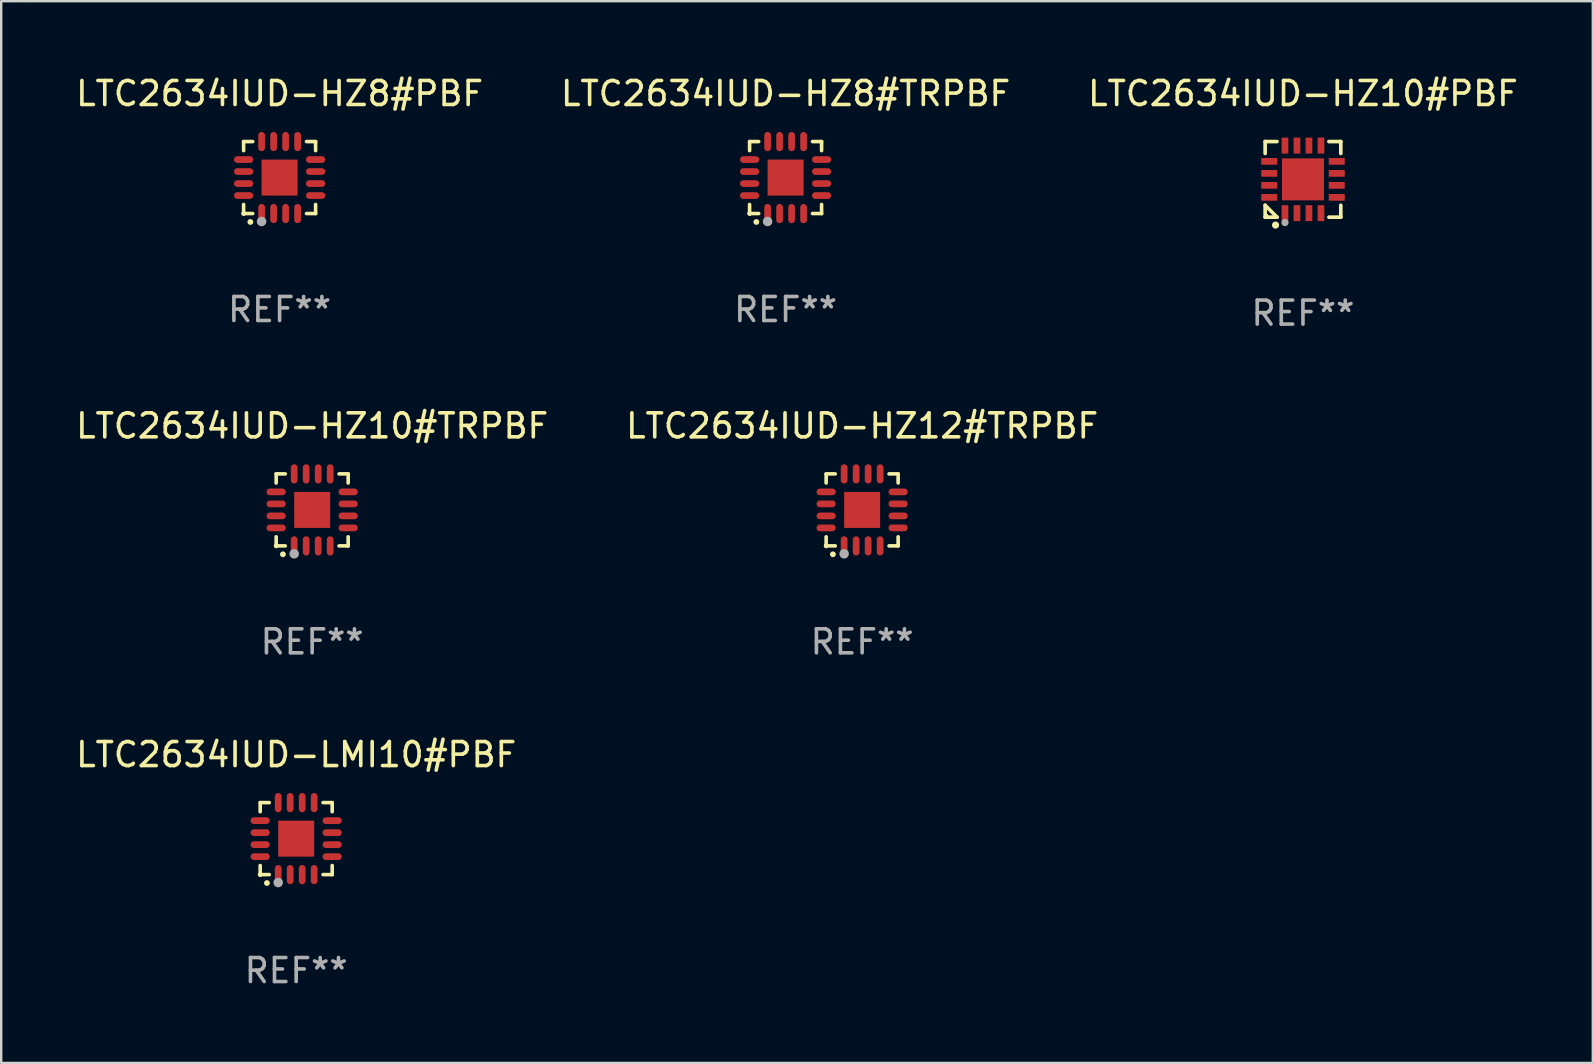
<source format=kicad_pcb>
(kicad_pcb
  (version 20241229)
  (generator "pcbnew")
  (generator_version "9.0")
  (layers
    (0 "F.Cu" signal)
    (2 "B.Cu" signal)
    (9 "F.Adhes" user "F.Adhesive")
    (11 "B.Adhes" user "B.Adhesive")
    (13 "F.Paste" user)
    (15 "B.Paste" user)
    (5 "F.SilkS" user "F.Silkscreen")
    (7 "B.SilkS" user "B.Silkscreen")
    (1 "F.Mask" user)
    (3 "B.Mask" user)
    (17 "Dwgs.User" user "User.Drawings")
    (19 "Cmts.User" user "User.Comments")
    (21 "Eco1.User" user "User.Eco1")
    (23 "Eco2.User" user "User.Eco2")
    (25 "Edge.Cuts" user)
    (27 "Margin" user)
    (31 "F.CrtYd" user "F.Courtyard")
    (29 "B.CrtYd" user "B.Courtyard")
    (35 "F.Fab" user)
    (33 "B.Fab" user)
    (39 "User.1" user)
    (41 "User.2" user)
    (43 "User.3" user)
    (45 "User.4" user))
  (footprint "LTC2634IUD-HZ12#TRPBF"
    (layer "F.Cu")
    (at 32.875 18.197)
    (property "Reference" "LTC2634IUD-HZ12#TRPBF" (at 0 -3.5 0) (layer "F.SilkS") (effects (font (size 1 1) (thickness 0.15))))
    (attr through_hole)
    (fp_line (start -1.5 -1.5) (end -1.121 -1.5) (stroke (width 0.15) (type solid)) (layer "F.SilkS"))
    (fp_line (start -1.5 -1.122) (end -1.5 -1.5) (stroke (width 0.15) (type solid)) (layer "F.SilkS"))
    (fp_line (start -1.5 1.5) (end -1.5 1.121) (stroke (width 0.15) (type solid)) (layer "F.SilkS"))
    (fp_line (start -1.121 1.5) (end -1.5 1.5) (stroke (width 0.15) (type solid)) (layer "F.SilkS"))
    (fp_line (start 1.121 -1.5) (end 1.5 -1.5) (stroke (width 0.15) (type solid)) (layer "F.SilkS"))
    (fp_line (start 1.5 -1.5) (end 1.5 -1.122) (stroke (width 0.15) (type solid)) (layer "F.SilkS"))
    (fp_line (start 1.5 1.121) (end 1.5 1.5) (stroke (width 0.15) (type solid)) (layer "F.SilkS"))
    (fp_line (start 1.5 1.5) (end 1.121 1.5) (stroke (width 0.15) (type solid)) (layer "F.SilkS"))
    (fp_arc (start -1.219926 1.850254) (mid -1.21891 1.85025) (end -1.217894 1.850254) (stroke (width 0.240005) (type solid)) (layer "F.SilkS"))
    (fp_circle (center -1.5 1.5) (end -1.45 1.5) (stroke (width 0.1) (type solid)) (fill no) (layer "F.SilkS"))
    (fp_circle (center -0.75 1.83) (end -0.65 1.83) (stroke (width 0.2) (type solid)) (fill no) (layer "F.Fab"))
    (fp_text user "REF**" (at 0 5.5 0) (layer "F.Fab") (effects (font (size 1 1) (thickness 0.15))))
    (pad "1" smd oval (at -0.75 1.5) (size 0.28 0.8) (layers "F.Cu" "F.Mask" "F.Paste"))
    (pad "2" smd oval (at -0.25 1.5) (size 0.28 0.8) (layers "F.Cu" "F.Mask" "F.Paste"))
    (pad "3" smd oval (at 0.25 1.5) (size 0.28 0.8) (layers "F.Cu" "F.Mask" "F.Paste"))
    (pad "4" smd oval (at 0.75 1.5) (size 0.28 0.8) (layers "F.Cu" "F.Mask" "F.Paste"))
    (pad "5" smd oval (at 1.5 0.75) (size 0.8 0.28) (layers "F.Cu" "F.Mask" "F.Paste"))
    (pad "6" smd oval (at 1.5 0.25) (size 0.8 0.28) (layers "F.Cu" "F.Mask" "F.Paste"))
    (pad "7" smd oval (at 1.5 -0.25) (size 0.8 0.28) (layers "F.Cu" "F.Mask" "F.Paste"))
    (pad "8" smd oval (at 1.5 -0.75) (size 0.8 0.28) (layers "F.Cu" "F.Mask" "F.Paste"))
    (pad "9" smd oval (at 0.75 -1.5) (size 0.28 0.8) (layers "F.Cu" "F.Mask" "F.Paste"))
    (pad "10" smd oval (at 0.25 -1.5) (size 0.28 0.8) (layers "F.Cu" "F.Mask" "F.Paste"))
    (pad "11" smd oval (at -0.25 -1.5) (size 0.28 0.8) (layers "F.Cu" "F.Mask" "F.Paste"))
    (pad "12" smd oval (at -0.75 -1.5) (size 0.28 0.8) (layers "F.Cu" "F.Mask" "F.Paste"))
    (pad "13" smd oval (at -1.5 -0.75) (size 0.8 0.28) (layers "F.Cu" "F.Mask" "F.Paste"))
    (pad "14" smd oval (at -1.5 -0.25) (size 0.8 0.28) (layers "F.Cu" "F.Mask" "F.Paste"))
    (pad "15" smd oval (at -1.5 0.25) (size 0.8 0.28) (layers "F.Cu" "F.Mask" "F.Paste"))
    (pad "16" smd oval (at -1.5 0.75) (size 0.8 0.28) (layers "F.Cu" "F.Mask" "F.Paste"))
    (pad "17" smd rect (at -0.000064 0.000165) (size 1.5 1.5) (layers "F.Cu" "F.Mask" "F.Paste")))
  (footprint "LTC2634IUD-HZ8#PBF"
    (layer "F.Cu")
    (at 8.601 4.349)
    (property "Reference" "LTC2634IUD-HZ8#PBF" (at 0 -3.5 0) (layer "F.SilkS") (effects (font (size 1 1) (thickness 0.15))))
    (attr through_hole)
    (fp_line (start -1.5 -1.5) (end -1.121 -1.5) (stroke (width 0.15) (type solid)) (layer "F.SilkS"))
    (fp_line (start -1.5 -1.122) (end -1.5 -1.5) (stroke (width 0.15) (type solid)) (layer "F.SilkS"))
    (fp_line (start -1.5 1.5) (end -1.5 1.121) (stroke (width 0.15) (type solid)) (layer "F.SilkS"))
    (fp_line (start -1.121 1.5) (end -1.5 1.5) (stroke (width 0.15) (type solid)) (layer "F.SilkS"))
    (fp_line (start 1.121 -1.5) (end 1.5 -1.5) (stroke (width 0.15) (type solid)) (layer "F.SilkS"))
    (fp_line (start 1.5 -1.5) (end 1.5 -1.122) (stroke (width 0.15) (type solid)) (layer "F.SilkS"))
    (fp_line (start 1.5 1.121) (end 1.5 1.5) (stroke (width 0.15) (type solid)) (layer "F.SilkS"))
    (fp_line (start 1.5 1.5) (end 1.121 1.5) (stroke (width 0.15) (type solid)) (layer "F.SilkS"))
    (fp_arc (start -1.219926 1.850254) (mid -1.21891 1.85025) (end -1.217894 1.850254) (stroke (width 0.240005) (type solid)) (layer "F.SilkS"))
    (fp_circle (center -1.5 1.5) (end -1.45 1.5) (stroke (width 0.1) (type solid)) (fill no) (layer "F.SilkS"))
    (fp_circle (center -0.75 1.83) (end -0.65 1.83) (stroke (width 0.2) (type solid)) (fill no) (layer "F.Fab"))
    (fp_text user "REF**" (at 0 5.5 0) (layer "F.Fab") (effects (font (size 1 1) (thickness 0.15))))
    (pad "1" smd oval (at -0.75 1.5) (size 0.28 0.8) (layers "F.Cu" "F.Mask" "F.Paste"))
    (pad "2" smd oval (at -0.25 1.5) (size 0.28 0.8) (layers "F.Cu" "F.Mask" "F.Paste"))
    (pad "3" smd oval (at 0.25 1.5) (size 0.28 0.8) (layers "F.Cu" "F.Mask" "F.Paste"))
    (pad "4" smd oval (at 0.75 1.5) (size 0.28 0.8) (layers "F.Cu" "F.Mask" "F.Paste"))
    (pad "5" smd oval (at 1.5 0.75) (size 0.8 0.28) (layers "F.Cu" "F.Mask" "F.Paste"))
    (pad "6" smd oval (at 1.5 0.25) (size 0.8 0.28) (layers "F.Cu" "F.Mask" "F.Paste"))
    (pad "7" smd oval (at 1.5 -0.25) (size 0.8 0.28) (layers "F.Cu" "F.Mask" "F.Paste"))
    (pad "8" smd oval (at 1.5 -0.75) (size 0.8 0.28) (layers "F.Cu" "F.Mask" "F.Paste"))
    (pad "9" smd oval (at 0.75 -1.5) (size 0.28 0.8) (layers "F.Cu" "F.Mask" "F.Paste"))
    (pad "10" smd oval (at 0.25 -1.5) (size 0.28 0.8) (layers "F.Cu" "F.Mask" "F.Paste"))
    (pad "11" smd oval (at -0.25 -1.5) (size 0.28 0.8) (layers "F.Cu" "F.Mask" "F.Paste"))
    (pad "12" smd oval (at -0.75 -1.5) (size 0.28 0.8) (layers "F.Cu" "F.Mask" "F.Paste"))
    (pad "13" smd oval (at -1.5 -0.75) (size 0.8 0.28) (layers "F.Cu" "F.Mask" "F.Paste"))
    (pad "14" smd oval (at -1.5 -0.25) (size 0.8 0.28) (layers "F.Cu" "F.Mask" "F.Paste"))
    (pad "15" smd oval (at -1.5 0.25) (size 0.8 0.28) (layers "F.Cu" "F.Mask" "F.Paste"))
    (pad "16" smd oval (at -1.5 0.75) (size 0.8 0.28) (layers "F.Cu" "F.Mask" "F.Paste"))
    (pad "17" smd rect (at -0.000064 0.000165) (size 1.5 1.5) (layers "F.Cu" "F.Mask" "F.Paste")))
  (footprint "LTC2634IUD-HZ10#TRPBF"
    (layer "F.Cu")
    (at 9.958 18.197)
    (property "Reference" "LTC2634IUD-HZ10#TRPBF" (at 0 -3.5 0) (layer "F.SilkS") (effects (font (size 1 1) (thickness 0.15))))
    (attr through_hole)
    (fp_line (start -1.5 -1.5) (end -1.121 -1.5) (stroke (width 0.15) (type solid)) (layer "F.SilkS"))
    (fp_line (start -1.5 -1.122) (end -1.5 -1.5) (stroke (width 0.15) (type solid)) (layer "F.SilkS"))
    (fp_line (start -1.5 1.5) (end -1.5 1.121) (stroke (width 0.15) (type solid)) (layer "F.SilkS"))
    (fp_line (start -1.121 1.5) (end -1.5 1.5) (stroke (width 0.15) (type solid)) (layer "F.SilkS"))
    (fp_line (start 1.121 -1.5) (end 1.5 -1.5) (stroke (width 0.15) (type solid)) (layer "F.SilkS"))
    (fp_line (start 1.5 -1.5) (end 1.5 -1.122) (stroke (width 0.15) (type solid)) (layer "F.SilkS"))
    (fp_line (start 1.5 1.121) (end 1.5 1.5) (stroke (width 0.15) (type solid)) (layer "F.SilkS"))
    (fp_line (start 1.5 1.5) (end 1.121 1.5) (stroke (width 0.15) (type solid)) (layer "F.SilkS"))
    (fp_arc (start -1.219926 1.850254) (mid -1.21891 1.85025) (end -1.217894 1.850254) (stroke (width 0.240005) (type solid)) (layer "F.SilkS"))
    (fp_circle (center -1.5 1.5) (end -1.45 1.5) (stroke (width 0.1) (type solid)) (fill no) (layer "F.SilkS"))
    (fp_circle (center -0.75 1.83) (end -0.65 1.83) (stroke (width 0.2) (type solid)) (fill no) (layer "F.Fab"))
    (fp_text user "REF**" (at 0 5.5 0) (layer "F.Fab") (effects (font (size 1 1) (thickness 0.15))))
    (pad "1" smd oval (at -0.75 1.5) (size 0.28 0.8) (layers "F.Cu" "F.Mask" "F.Paste"))
    (pad "2" smd oval (at -0.25 1.5) (size 0.28 0.8) (layers "F.Cu" "F.Mask" "F.Paste"))
    (pad "3" smd oval (at 0.25 1.5) (size 0.28 0.8) (layers "F.Cu" "F.Mask" "F.Paste"))
    (pad "4" smd oval (at 0.75 1.5) (size 0.28 0.8) (layers "F.Cu" "F.Mask" "F.Paste"))
    (pad "5" smd oval (at 1.5 0.75) (size 0.8 0.28) (layers "F.Cu" "F.Mask" "F.Paste"))
    (pad "6" smd oval (at 1.5 0.25) (size 0.8 0.28) (layers "F.Cu" "F.Mask" "F.Paste"))
    (pad "7" smd oval (at 1.5 -0.25) (size 0.8 0.28) (layers "F.Cu" "F.Mask" "F.Paste"))
    (pad "8" smd oval (at 1.5 -0.75) (size 0.8 0.28) (layers "F.Cu" "F.Mask" "F.Paste"))
    (pad "9" smd oval (at 0.75 -1.5) (size 0.28 0.8) (layers "F.Cu" "F.Mask" "F.Paste"))
    (pad "10" smd oval (at 0.25 -1.5) (size 0.28 0.8) (layers "F.Cu" "F.Mask" "F.Paste"))
    (pad "11" smd oval (at -0.25 -1.5) (size 0.28 0.8) (layers "F.Cu" "F.Mask" "F.Paste"))
    (pad "12" smd oval (at -0.75 -1.5) (size 0.28 0.8) (layers "F.Cu" "F.Mask" "F.Paste"))
    (pad "13" smd oval (at -1.5 -0.75) (size 0.8 0.28) (layers "F.Cu" "F.Mask" "F.Paste"))
    (pad "14" smd oval (at -1.5 -0.25) (size 0.8 0.28) (layers "F.Cu" "F.Mask" "F.Paste"))
    (pad "15" smd oval (at -1.5 0.25) (size 0.8 0.28) (layers "F.Cu" "F.Mask" "F.Paste"))
    (pad "16" smd oval (at -1.5 0.75) (size 0.8 0.28) (layers "F.Cu" "F.Mask" "F.Paste"))
    (pad "17" smd rect (at -0.000064 0.000165) (size 1.5 1.5) (layers "F.Cu" "F.Mask" "F.Paste")))
  (footprint "LTC2634IUD-HZ8#TRPBF"
    (layer "F.Cu")
    (at 29.685 4.349)
    (property "Reference" "LTC2634IUD-HZ8#TRPBF" (at 0 -3.5 0) (layer "F.SilkS") (effects (font (size 1 1) (thickness 0.15))))
    (attr through_hole)
    (fp_line (start -1.5 -1.5) (end -1.121 -1.5) (stroke (width 0.15) (type solid)) (layer "F.SilkS"))
    (fp_line (start -1.5 -1.122) (end -1.5 -1.5) (stroke (width 0.15) (type solid)) (layer "F.SilkS"))
    (fp_line (start -1.5 1.5) (end -1.5 1.121) (stroke (width 0.15) (type solid)) (layer "F.SilkS"))
    (fp_line (start -1.121 1.5) (end -1.5 1.5) (stroke (width 0.15) (type solid)) (layer "F.SilkS"))
    (fp_line (start 1.121 -1.5) (end 1.5 -1.5) (stroke (width 0.15) (type solid)) (layer "F.SilkS"))
    (fp_line (start 1.5 -1.5) (end 1.5 -1.122) (stroke (width 0.15) (type solid)) (layer "F.SilkS"))
    (fp_line (start 1.5 1.121) (end 1.5 1.5) (stroke (width 0.15) (type solid)) (layer "F.SilkS"))
    (fp_line (start 1.5 1.5) (end 1.121 1.5) (stroke (width 0.15) (type solid)) (layer "F.SilkS"))
    (fp_arc (start -1.219926 1.850254) (mid -1.21891 1.85025) (end -1.217894 1.850254) (stroke (width 0.240005) (type solid)) (layer "F.SilkS"))
    (fp_circle (center -1.5 1.5) (end -1.45 1.5) (stroke (width 0.1) (type solid)) (fill no) (layer "F.SilkS"))
    (fp_circle (center -0.75 1.83) (end -0.65 1.83) (stroke (width 0.2) (type solid)) (fill no) (layer "F.Fab"))
    (fp_text user "REF**" (at 0 5.5 0) (layer "F.Fab") (effects (font (size 1 1) (thickness 0.15))))
    (pad "1" smd oval (at -0.75 1.5) (size 0.28 0.8) (layers "F.Cu" "F.Mask" "F.Paste"))
    (pad "2" smd oval (at -0.25 1.5) (size 0.28 0.8) (layers "F.Cu" "F.Mask" "F.Paste"))
    (pad "3" smd oval (at 0.25 1.5) (size 0.28 0.8) (layers "F.Cu" "F.Mask" "F.Paste"))
    (pad "4" smd oval (at 0.75 1.5) (size 0.28 0.8) (layers "F.Cu" "F.Mask" "F.Paste"))
    (pad "5" smd oval (at 1.5 0.75) (size 0.8 0.28) (layers "F.Cu" "F.Mask" "F.Paste"))
    (pad "6" smd oval (at 1.5 0.25) (size 0.8 0.28) (layers "F.Cu" "F.Mask" "F.Paste"))
    (pad "7" smd oval (at 1.5 -0.25) (size 0.8 0.28) (layers "F.Cu" "F.Mask" "F.Paste"))
    (pad "8" smd oval (at 1.5 -0.75) (size 0.8 0.28) (layers "F.Cu" "F.Mask" "F.Paste"))
    (pad "9" smd oval (at 0.75 -1.5) (size 0.28 0.8) (layers "F.Cu" "F.Mask" "F.Paste"))
    (pad "10" smd oval (at 0.25 -1.5) (size 0.28 0.8) (layers "F.Cu" "F.Mask" "F.Paste"))
    (pad "11" smd oval (at -0.25 -1.5) (size 0.28 0.8) (layers "F.Cu" "F.Mask" "F.Paste"))
    (pad "12" smd oval (at -0.75 -1.5) (size 0.28 0.8) (layers "F.Cu" "F.Mask" "F.Paste"))
    (pad "13" smd oval (at -1.5 -0.75) (size 0.8 0.28) (layers "F.Cu" "F.Mask" "F.Paste"))
    (pad "14" smd oval (at -1.5 -0.25) (size 0.8 0.28) (layers "F.Cu" "F.Mask" "F.Paste"))
    (pad "15" smd oval (at -1.5 0.25) (size 0.8 0.28) (layers "F.Cu" "F.Mask" "F.Paste"))
    (pad "16" smd oval (at -1.5 0.75) (size 0.8 0.28) (layers "F.Cu" "F.Mask" "F.Paste"))
    (pad "17" smd rect (at -0.000064 0.000165) (size 1.5 1.5) (layers "F.Cu" "F.Mask" "F.Paste")))
  (footprint "LTC2634IUD-HZ10#PBF"
    (layer "F.Cu")
    (at 51.244 4.424)
    (property "Reference" "LTC2634IUD-HZ10#PBF" (at 0 -3.576 0) (layer "F.SilkS") (effects (font (size 1 1) (thickness 0.15))))
    (attr through_hole)
    (fp_line (start -1.576 -1.576) (end -1.08 -1.576) (stroke (width 0.152) (type solid)) (layer "F.SilkS"))
    (fp_line (start -1.576 -1.08) (end -1.576 -1.576) (stroke (width 0.152) (type solid)) (layer "F.SilkS"))
    (fp_line (start -1.576 1.08) (end -1.576 1.576) (stroke (width 0.152) (type solid)) (layer "F.SilkS"))
    (fp_line (start -1.576 1.576) (end -1.08 1.576) (stroke (width 0.152) (type solid)) (layer "F.SilkS"))
    (fp_line (start -1.08 1.576) (end -1.576 1.08) (stroke (width 0.152) (type solid)) (layer "F.SilkS"))
    (fp_line (start 1.576 -1.576) (end 1.08 -1.576) (stroke (width 0.152) (type solid)) (layer "F.SilkS"))
    (fp_line (start 1.576 -1.08) (end 1.576 -1.576) (stroke (width 0.152) (type solid)) (layer "F.SilkS"))
    (fp_line (start 1.576 1.08) (end 1.576 1.576) (stroke (width 0.152) (type solid)) (layer "F.SilkS"))
    (fp_line (start 1.576 1.576) (end 1.08 1.576) (stroke (width 0.152) (type solid)) (layer "F.SilkS"))
    (fp_circle (center -1.5 1.5) (end -1.47 1.5) (stroke (width 0.06) (type solid)) (fill no) (layer "F.SilkS"))
    (fp_circle (center -1.143 1.905) (end -1.068 1.905) (stroke (width 0.15) (type solid)) (fill no) (layer "F.SilkS"))
    (fp_circle (center -0.75 1.8) (end -0.675 1.8) (stroke (width 0.15) (type solid)) (fill no) (layer "F.Fab"))
    (fp_text user "REF**" (at 0 5.576 0) (layer "F.Fab") (effects (font (size 1 1) (thickness 0.15))))
    (pad "1" smd rect (at -0.75 1.407) (size 0.28 0.665) (layers "F.Cu" "F.Mask" "F.Paste"))
    (pad "2" smd rect (at -0.25 1.407) (size 0.28 0.665) (layers "F.Cu" "F.Mask" "F.Paste"))
    (pad "3" smd rect (at 0.25 1.407) (size 0.28 0.665) (layers "F.Cu" "F.Mask" "F.Paste"))
    (pad "4" smd rect (at 0.75 1.407) (size 0.28 0.665) (layers "F.Cu" "F.Mask" "F.Paste"))
    (pad "5" smd rect (at 1.407 0.75) (size 0.665 0.28) (layers "F.Cu" "F.Mask" "F.Paste"))
    (pad "6" smd rect (at 1.407 0.25) (size 0.665 0.28) (layers "F.Cu" "F.Mask" "F.Paste"))
    (pad "7" smd rect (at 1.407 -0.25) (size 0.665 0.28) (layers "F.Cu" "F.Mask" "F.Paste"))
    (pad "8" smd rect (at 1.407 -0.75) (size 0.665 0.28) (layers "F.Cu" "F.Mask" "F.Paste"))
    (pad "9" smd rect (at 0.75 -1.407) (size 0.28 0.665) (layers "F.Cu" "F.Mask" "F.Paste"))
    (pad "10" smd rect (at 0.25 -1.407) (size 0.28 0.665) (layers "F.Cu" "F.Mask" "F.Paste"))
    (pad "11" smd rect (at -0.25 -1.407) (size 0.28 0.665) (layers "F.Cu" "F.Mask" "F.Paste"))
    (pad "12" smd rect (at -0.75 -1.407) (size 0.28 0.665) (layers "F.Cu" "F.Mask" "F.Paste"))
    (pad "13" smd rect (at -1.407 -0.75) (size 0.665 0.28) (layers "F.Cu" "F.Mask" "F.Paste"))
    (pad "14" smd rect (at -1.407 -0.25) (size 0.665 0.28) (layers "F.Cu" "F.Mask" "F.Paste"))
    (pad "15" smd rect (at -1.407 0.25) (size 0.665 0.28) (layers "F.Cu" "F.Mask" "F.Paste"))
    (pad "16" smd rect (at -1.407 0.75) (size 0.665 0.28) (layers "F.Cu" "F.Mask" "F.Paste"))
    (pad "17" smd rect (at 0 0) (size 1.75 1.75) (layers "F.Cu" "F.Mask" "F.Paste")))
  (footprint "LTC2634IUD-LMI10#PBF"
    (layer "F.Cu")
    (at 9.292 31.895)
    (property "Reference" "LTC2634IUD-LMI10#PBF" (at 0 -3.5 0) (layer "F.SilkS") (effects (font (size 1 1) (thickness 0.15))))
    (attr through_hole)
    (fp_line (start -1.5 -1.5) (end -1.121 -1.5) (stroke (width 0.15) (type solid)) (layer "F.SilkS"))
    (fp_line (start -1.5 -1.122) (end -1.5 -1.5) (stroke (width 0.15) (type solid)) (layer "F.SilkS"))
    (fp_line (start -1.5 1.5) (end -1.5 1.121) (stroke (width 0.15) (type solid)) (layer "F.SilkS"))
    (fp_line (start -1.121 1.5) (end -1.5 1.5) (stroke (width 0.15) (type solid)) (layer "F.SilkS"))
    (fp_line (start 1.121 -1.5) (end 1.5 -1.5) (stroke (width 0.15) (type solid)) (layer "F.SilkS"))
    (fp_line (start 1.5 -1.5) (end 1.5 -1.122) (stroke (width 0.15) (type solid)) (layer "F.SilkS"))
    (fp_line (start 1.5 1.121) (end 1.5 1.5) (stroke (width 0.15) (type solid)) (layer "F.SilkS"))
    (fp_line (start 1.5 1.5) (end 1.121 1.5) (stroke (width 0.15) (type solid)) (layer "F.SilkS"))
    (fp_arc (start -1.219926 1.850254) (mid -1.21891 1.85025) (end -1.217894 1.850254) (stroke (width 0.240005) (type solid)) (layer "F.SilkS"))
    (fp_circle (center -1.5 1.5) (end -1.45 1.5) (stroke (width 0.1) (type solid)) (fill no) (layer "F.SilkS"))
    (fp_circle (center -0.75 1.83) (end -0.65 1.83) (stroke (width 0.2) (type solid)) (fill no) (layer "F.Fab"))
    (fp_text user "REF**" (at 0 5.5 0) (layer "F.Fab") (effects (font (size 1 1) (thickness 0.15))))
    (pad "1" smd oval (at -0.75 1.5) (size 0.28 0.8) (layers "F.Cu" "F.Mask" "F.Paste"))
    (pad "2" smd oval (at -0.25 1.5) (size 0.28 0.8) (layers "F.Cu" "F.Mask" "F.Paste"))
    (pad "3" smd oval (at 0.25 1.5) (size 0.28 0.8) (layers "F.Cu" "F.Mask" "F.Paste"))
    (pad "4" smd oval (at 0.75 1.5) (size 0.28 0.8) (layers "F.Cu" "F.Mask" "F.Paste"))
    (pad "5" smd oval (at 1.5 0.75) (size 0.8 0.28) (layers "F.Cu" "F.Mask" "F.Paste"))
    (pad "6" smd oval (at 1.5 0.25) (size 0.8 0.28) (layers "F.Cu" "F.Mask" "F.Paste"))
    (pad "7" smd oval (at 1.5 -0.25) (size 0.8 0.28) (layers "F.Cu" "F.Mask" "F.Paste"))
    (pad "8" smd oval (at 1.5 -0.75) (size 0.8 0.28) (layers "F.Cu" "F.Mask" "F.Paste"))
    (pad "9" smd oval (at 0.75 -1.5) (size 0.28 0.8) (layers "F.Cu" "F.Mask" "F.Paste"))
    (pad "10" smd oval (at 0.25 -1.5) (size 0.28 0.8) (layers "F.Cu" "F.Mask" "F.Paste"))
    (pad "11" smd oval (at -0.25 -1.5) (size 0.28 0.8) (layers "F.Cu" "F.Mask" "F.Paste"))
    (pad "12" smd oval (at -0.75 -1.5) (size 0.28 0.8) (layers "F.Cu" "F.Mask" "F.Paste"))
    (pad "13" smd oval (at -1.5 -0.75) (size 0.8 0.28) (layers "F.Cu" "F.Mask" "F.Paste"))
    (pad "14" smd oval (at -1.5 -0.25) (size 0.8 0.28) (layers "F.Cu" "F.Mask" "F.Paste"))
    (pad "15" smd oval (at -1.5 0.25) (size 0.8 0.28) (layers "F.Cu" "F.Mask" "F.Paste"))
    (pad "16" smd oval (at -1.5 0.75) (size 0.8 0.28) (layers "F.Cu" "F.Mask" "F.Paste"))
    (pad "17" smd rect (at -0.000064 0.000165) (size 1.5 1.5) (layers "F.Cu" "F.Mask" "F.Paste")))
  (gr_rect
    (start -3 -3)
    (end 63.321 41.243)
    (stroke (width 0.1) (type default))
    (fill no)
    (layer "Edge.Cuts")))
</source>
